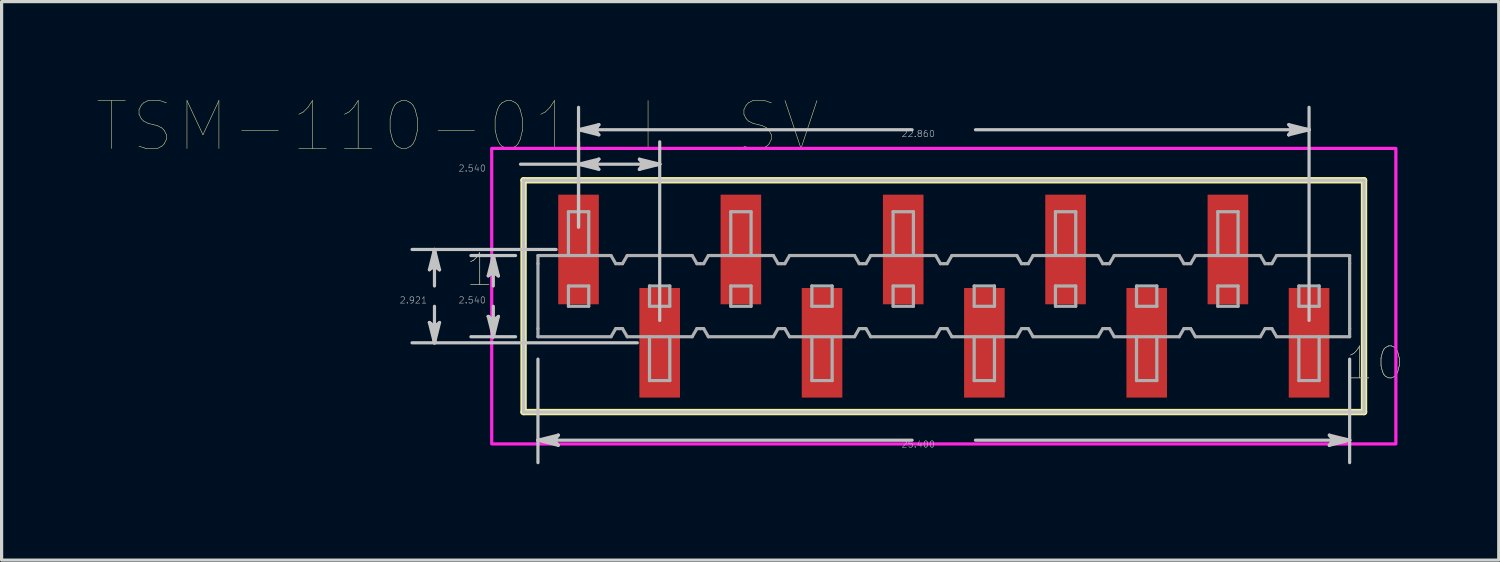
<source format=kicad_pcb>
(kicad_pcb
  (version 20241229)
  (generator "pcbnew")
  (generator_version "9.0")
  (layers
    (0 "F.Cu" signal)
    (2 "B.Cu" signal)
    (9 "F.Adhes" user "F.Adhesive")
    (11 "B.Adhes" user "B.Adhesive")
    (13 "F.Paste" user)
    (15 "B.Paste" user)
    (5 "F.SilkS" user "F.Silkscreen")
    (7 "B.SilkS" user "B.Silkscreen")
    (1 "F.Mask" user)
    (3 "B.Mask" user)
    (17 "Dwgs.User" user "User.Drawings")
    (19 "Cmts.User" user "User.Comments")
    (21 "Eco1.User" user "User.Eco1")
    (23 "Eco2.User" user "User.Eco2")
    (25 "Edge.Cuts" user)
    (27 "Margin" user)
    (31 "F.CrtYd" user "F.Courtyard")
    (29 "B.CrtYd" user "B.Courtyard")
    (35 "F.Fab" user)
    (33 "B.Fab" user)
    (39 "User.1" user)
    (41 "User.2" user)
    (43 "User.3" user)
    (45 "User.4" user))
  (footprint "TSM-110-01-L-SV"
    (layer "F.Cu")
    (at 26.484 6.217)
    (property "Reference" "TSM-110-01-L-SV" (at -15.219 -5.314 0) (layer "F.SilkS") (effects (font (size 1.5 1.5) (thickness 0.015))))
    (attr through_hole)
    (fp_poly (pts (xy -12.116 -3.226) (xy -10.744 -3.226) (xy -10.744 0.306) (xy -12.116 0.306)) (stroke (width 0.01) (type solid)) (fill yes) (layer "F.Mask"))
    (fp_poly (pts (xy -9.576 -0.306) (xy -8.204 -0.306) (xy -8.204 3.226) (xy -9.576 3.226)) (stroke (width 0.01) (type solid)) (fill yes) (layer "F.Mask"))
    (fp_poly (pts (xy -7.036 -3.226) (xy -5.664 -3.226) (xy -5.664 0.306) (xy -7.036 0.306)) (stroke (width 0.01) (type solid)) (fill yes) (layer "F.Mask"))
    (fp_poly (pts (xy -4.496 -0.306) (xy -3.124 -0.306) (xy -3.124 3.226) (xy -4.496 3.226)) (stroke (width 0.01) (type solid)) (fill yes) (layer "F.Mask"))
    (fp_poly (pts (xy -1.956 -3.226) (xy -0.584 -3.226) (xy -0.584 0.306) (xy -1.956 0.306)) (stroke (width 0.01) (type solid)) (fill yes) (layer "F.Mask"))
    (fp_poly (pts (xy 0.584 -0.306) (xy 1.956 -0.306) (xy 1.956 3.226) (xy 0.584 3.226)) (stroke (width 0.01) (type solid)) (fill yes) (layer "F.Mask"))
    (fp_poly (pts (xy 3.124 -3.226) (xy 4.496 -3.226) (xy 4.496 0.306) (xy 3.124 0.306)) (stroke (width 0.01) (type solid)) (fill yes) (layer "F.Mask"))
    (fp_poly (pts (xy 5.664 -0.306) (xy 7.036 -0.306) (xy 7.036 3.226) (xy 5.664 3.226)) (stroke (width 0.01) (type solid)) (fill yes) (layer "F.Mask"))
    (fp_poly (pts (xy 8.204 -3.226) (xy 9.576 -3.226) (xy 9.576 0.306) (xy 8.204 0.306)) (stroke (width 0.01) (type solid)) (fill yes) (layer "F.Mask"))
    (fp_poly (pts (xy 10.744 -0.306) (xy 12.116 -0.306) (xy 12.116 3.226) (xy 10.744 3.226)) (stroke (width 0.01) (type solid)) (fill yes) (layer "F.Mask"))
    (fp_line (start -13.15 -3.626) (end -13.15 3.627) (stroke (width 0.2) (type solid)) (layer "F.SilkS"))
    (fp_line (start -13.15 3.627) (end 13.15 3.627) (stroke (width 0.2) (type solid)) (layer "F.SilkS"))
    (fp_line (start 13.15 -3.626) (end -13.15 -3.626) (stroke (width 0.2) (type solid)) (layer "F.SilkS"))
    (fp_line (start 13.15 3.627) (end 13.15 -3.626) (stroke (width 0.2) (type solid)) (layer "F.SilkS"))
    (fp_poly (pts (xy -12.065 -3.175) (xy -10.795 -3.175) (xy -10.795 0.255) (xy -12.065 0.255)) (stroke (width 0.01) (type solid)) (fill yes) (layer "F.Paste"))
    (fp_poly (pts (xy -9.525 -0.255) (xy -8.255 -0.255) (xy -8.255 3.175) (xy -9.525 3.175)) (stroke (width 0.01) (type solid)) (fill yes) (layer "F.Paste"))
    (fp_poly (pts (xy -6.985 -3.175) (xy -5.715 -3.175) (xy -5.715 0.255) (xy -6.985 0.255)) (stroke (width 0.01) (type solid)) (fill yes) (layer "F.Paste"))
    (fp_poly (pts (xy -4.445 -0.255) (xy -3.175 -0.255) (xy -3.175 3.175) (xy -4.445 3.175)) (stroke (width 0.01) (type solid)) (fill yes) (layer "F.Paste"))
    (fp_poly (pts (xy -1.905 -3.175) (xy -0.635 -3.175) (xy -0.635 0.255) (xy -1.905 0.255)) (stroke (width 0.01) (type solid)) (fill yes) (layer "F.Paste"))
    (fp_poly (pts (xy 0.635 -0.255) (xy 1.905 -0.255) (xy 1.905 3.175) (xy 0.635 3.175)) (stroke (width 0.01) (type solid)) (fill yes) (layer "F.Paste"))
    (fp_poly (pts (xy 3.175 -3.175) (xy 4.445 -3.175) (xy 4.445 0.255) (xy 3.175 0.255)) (stroke (width 0.01) (type solid)) (fill yes) (layer "F.Paste"))
    (fp_poly (pts (xy 5.715 -0.255) (xy 6.985 -0.255) (xy 6.985 3.175) (xy 5.715 3.175)) (stroke (width 0.01) (type solid)) (fill yes) (layer "F.Paste"))
    (fp_poly (pts (xy 8.255 -3.175) (xy 9.525 -3.175) (xy 9.525 0.255) (xy 8.255 0.255)) (stroke (width 0.01) (type solid)) (fill yes) (layer "F.Paste"))
    (fp_poly (pts (xy 10.795 -0.255) (xy 12.065 -0.255) (xy 12.065 3.175) (xy 10.795 3.175)) (stroke (width 0.01) (type solid)) (fill yes) (layer "F.Paste"))
    (fp_line (start -16.097 -0.826) (end -15.938 -0.952) (stroke (width 0.1) (type solid)) (layer "Dwgs.User"))
    (fp_line (start -16.097 0.826) (end -15.938 1.46) (stroke (width 0.1) (type solid)) (layer "Dwgs.User"))
    (fp_line (start -16.018 -0.889) (end -15.938 -0.952) (stroke (width 0.1) (type solid)) (layer "Dwgs.User"))
    (fp_line (start -16.018 0.889) (end -16.097 0.826) (stroke (width 0.1) (type solid)) (layer "Dwgs.User"))
    (fp_line (start -15.938 -1.46) (end -16.097 -0.826) (stroke (width 0.1) (type solid)) (layer "Dwgs.User"))
    (fp_line (start -15.938 -1.46) (end -16.018 -0.889) (stroke (width 0.1) (type solid)) (layer "Dwgs.User"))
    (fp_line (start -15.938 -1.46) (end -15.859 -0.889) (stroke (width 0.1) (type solid)) (layer "Dwgs.User"))
    (fp_line (start -15.938 -0.952) (end -15.938 -1.46) (stroke (width 0.1) (type solid)) (layer "Dwgs.User"))
    (fp_line (start -15.938 -0.952) (end -15.78 -0.826) (stroke (width 0.1) (type solid)) (layer "Dwgs.User"))
    (fp_line (start -15.938 -0.318) (end -15.938 -1.46) (stroke (width 0.1) (type solid)) (layer "Dwgs.User"))
    (fp_line (start -15.938 0.318) (end -15.938 1.46) (stroke (width 0.1) (type solid)) (layer "Dwgs.User"))
    (fp_line (start -15.938 0.952) (end -16.097 0.826) (stroke (width 0.1) (type solid)) (layer "Dwgs.User"))
    (fp_line (start -15.938 0.952) (end -15.938 1.46) (stroke (width 0.1) (type solid)) (layer "Dwgs.User"))
    (fp_line (start -15.938 1.46) (end -16.018 0.889) (stroke (width 0.1) (type solid)) (layer "Dwgs.User"))
    (fp_line (start -15.938 1.46) (end -15.859 0.889) (stroke (width 0.1) (type solid)) (layer "Dwgs.User"))
    (fp_line (start -15.938 1.46) (end -15.78 0.826) (stroke (width 0.1) (type solid)) (layer "Dwgs.User"))
    (fp_line (start -15.859 -0.889) (end -15.78 -0.826) (stroke (width 0.1) (type solid)) (layer "Dwgs.User"))
    (fp_line (start -15.859 0.889) (end -15.938 0.952) (stroke (width 0.1) (type solid)) (layer "Dwgs.User"))
    (fp_line (start -15.78 -0.826) (end -15.938 -1.46) (stroke (width 0.1) (type solid)) (layer "Dwgs.User"))
    (fp_line (start -15.78 0.826) (end -15.938 0.952) (stroke (width 0.1) (type solid)) (layer "Dwgs.User"))
    (fp_line (start -14.256 -0.635) (end -14.097 -0.762) (stroke (width 0.1) (type solid)) (layer "Dwgs.User"))
    (fp_line (start -14.256 0.635) (end -14.097 1.27) (stroke (width 0.1) (type solid)) (layer "Dwgs.User"))
    (fp_line (start -14.176 -0.698) (end -14.097 -0.762) (stroke (width 0.1) (type solid)) (layer "Dwgs.User"))
    (fp_line (start -14.176 0.698) (end -14.256 0.635) (stroke (width 0.1) (type solid)) (layer "Dwgs.User"))
    (fp_line (start -14.097 -1.27) (end -14.256 -0.635) (stroke (width 0.1) (type solid)) (layer "Dwgs.User"))
    (fp_line (start -14.097 -1.27) (end -14.176 -0.698) (stroke (width 0.1) (type solid)) (layer "Dwgs.User"))
    (fp_line (start -14.097 -1.27) (end -14.018 -0.698) (stroke (width 0.1) (type solid)) (layer "Dwgs.User"))
    (fp_line (start -14.097 -0.762) (end -14.097 -1.27) (stroke (width 0.1) (type solid)) (layer "Dwgs.User"))
    (fp_line (start -14.097 -0.762) (end -13.938 -0.635) (stroke (width 0.1) (type solid)) (layer "Dwgs.User"))
    (fp_line (start -14.097 -0.318) (end -14.097 -1.27) (stroke (width 0.1) (type solid)) (layer "Dwgs.User"))
    (fp_line (start -14.097 0.318) (end -14.097 1.27) (stroke (width 0.1) (type solid)) (layer "Dwgs.User"))
    (fp_line (start -14.097 0.762) (end -14.256 0.635) (stroke (width 0.1) (type solid)) (layer "Dwgs.User"))
    (fp_line (start -14.097 0.762) (end -14.097 1.27) (stroke (width 0.1) (type solid)) (layer "Dwgs.User"))
    (fp_line (start -14.097 1.27) (end -14.176 0.698) (stroke (width 0.1) (type solid)) (layer "Dwgs.User"))
    (fp_line (start -14.097 1.27) (end -14.018 0.698) (stroke (width 0.1) (type solid)) (layer "Dwgs.User"))
    (fp_line (start -14.097 1.27) (end -13.938 0.635) (stroke (width 0.1) (type solid)) (layer "Dwgs.User"))
    (fp_line (start -14.018 -0.698) (end -13.938 -0.635) (stroke (width 0.1) (type solid)) (layer "Dwgs.User"))
    (fp_line (start -14.018 0.698) (end -14.097 0.762) (stroke (width 0.1) (type solid)) (layer "Dwgs.User"))
    (fp_line (start -13.938 -0.635) (end -14.097 -1.27) (stroke (width 0.1) (type solid)) (layer "Dwgs.User"))
    (fp_line (start -13.938 0.635) (end -14.097 0.762) (stroke (width 0.1) (type solid)) (layer "Dwgs.User"))
    (fp_line (start -13.401 -1.27) (end -14.798 -1.27) (stroke (width 0.1) (type solid)) (layer "Dwgs.User"))
    (fp_line (start -13.401 1.27) (end -14.798 1.27) (stroke (width 0.1) (type solid)) (layer "Dwgs.User"))
    (fp_line (start -13.246 -4.128) (end -11.43 -4.128) (stroke (width 0.1) (type solid)) (layer "Dwgs.User"))
    (fp_line (start -13.15 -3.626) (end -13.15 3.627) (stroke (width 0.1) (type solid)) (layer "Dwgs.User"))
    (fp_line (start -13.15 3.627) (end 13.15 3.627) (stroke (width 0.1) (type solid)) (layer "Dwgs.User"))
    (fp_line (start -12.7 1.971) (end -12.7 5.21) (stroke (width 0.1) (type solid)) (layer "Dwgs.User"))
    (fp_line (start -12.7 4.508) (end -12.128 4.429) (stroke (width 0.1) (type solid)) (layer "Dwgs.User"))
    (fp_line (start -12.7 4.508) (end -12.128 4.588) (stroke (width 0.1) (type solid)) (layer "Dwgs.User"))
    (fp_line (start -12.7 4.508) (end -12.065 4.667) (stroke (width 0.1) (type solid)) (layer "Dwgs.User"))
    (fp_line (start -12.192 4.508) (end -12.7 4.508) (stroke (width 0.1) (type solid)) (layer "Dwgs.User"))
    (fp_line (start -12.192 4.508) (end -12.065 4.35) (stroke (width 0.1) (type solid)) (layer "Dwgs.User"))
    (fp_line (start -12.131 -1.46) (end -16.64 -1.46) (stroke (width 0.1) (type solid)) (layer "Dwgs.User"))
    (fp_line (start -12.128 4.429) (end -12.065 4.35) (stroke (width 0.1) (type solid)) (layer "Dwgs.User"))
    (fp_line (start -12.128 4.588) (end -12.192 4.508) (stroke (width 0.1) (type solid)) (layer "Dwgs.User"))
    (fp_line (start -12.065 4.35) (end -12.7 4.508) (stroke (width 0.1) (type solid)) (layer "Dwgs.User"))
    (fp_line (start -12.065 4.667) (end -12.192 4.508) (stroke (width 0.1) (type solid)) (layer "Dwgs.User"))
    (fp_line (start -11.43 -5.207) (end -10.858 -5.286) (stroke (width 0.1) (type solid)) (layer "Dwgs.User"))
    (fp_line (start -11.43 -5.207) (end -10.858 -5.128) (stroke (width 0.1) (type solid)) (layer "Dwgs.User"))
    (fp_line (start -11.43 -5.207) (end -10.795 -5.048) (stroke (width 0.1) (type solid)) (layer "Dwgs.User"))
    (fp_line (start -11.43 -4.128) (end -10.858 -4.207) (stroke (width 0.1) (type solid)) (layer "Dwgs.User"))
    (fp_line (start -11.43 -4.128) (end -10.858 -4.048) (stroke (width 0.1) (type solid)) (layer "Dwgs.User"))
    (fp_line (start -11.43 -4.128) (end -10.795 -3.969) (stroke (width 0.1) (type solid)) (layer "Dwgs.User"))
    (fp_line (start -11.43 -4.128) (end -8.89 -4.128) (stroke (width 0.1) (type solid)) (layer "Dwgs.User"))
    (fp_line (start -11.43 -2.162) (end -11.43 -5.908) (stroke (width 0.1) (type solid)) (layer "Dwgs.User"))
    (fp_line (start -11.43 -2.162) (end -11.43 -4.829) (stroke (width 0.1) (type solid)) (layer "Dwgs.User"))
    (fp_line (start -10.922 -5.207) (end -11.43 -5.207) (stroke (width 0.1) (type solid)) (layer "Dwgs.User"))
    (fp_line (start -10.922 -5.207) (end -10.795 -5.366) (stroke (width 0.1) (type solid)) (layer "Dwgs.User"))
    (fp_line (start -10.922 -4.128) (end -11.43 -4.128) (stroke (width 0.1) (type solid)) (layer "Dwgs.User"))
    (fp_line (start -10.922 -4.128) (end -10.795 -4.286) (stroke (width 0.1) (type solid)) (layer "Dwgs.User"))
    (fp_line (start -10.858 -5.286) (end -10.795 -5.366) (stroke (width 0.1) (type solid)) (layer "Dwgs.User"))
    (fp_line (start -10.858 -5.128) (end -10.922 -5.207) (stroke (width 0.1) (type solid)) (layer "Dwgs.User"))
    (fp_line (start -10.858 -4.207) (end -10.795 -4.286) (stroke (width 0.1) (type solid)) (layer "Dwgs.User"))
    (fp_line (start -10.858 -4.048) (end -10.922 -4.128) (stroke (width 0.1) (type solid)) (layer "Dwgs.User"))
    (fp_line (start -10.795 -5.366) (end -11.43 -5.207) (stroke (width 0.1) (type solid)) (layer "Dwgs.User"))
    (fp_line (start -10.795 -5.048) (end -10.922 -5.207) (stroke (width 0.1) (type solid)) (layer "Dwgs.User"))
    (fp_line (start -10.795 -4.286) (end -11.43 -4.128) (stroke (width 0.1) (type solid)) (layer "Dwgs.User"))
    (fp_line (start -10.795 -3.969) (end -10.922 -4.128) (stroke (width 0.1) (type solid)) (layer "Dwgs.User"))
    (fp_line (start -9.591 1.46) (end -16.64 1.46) (stroke (width 0.1) (type solid)) (layer "Dwgs.User"))
    (fp_line (start -9.525 -4.286) (end -9.398 -4.128) (stroke (width 0.1) (type solid)) (layer "Dwgs.User"))
    (fp_line (start -9.525 -3.969) (end -8.89 -4.128) (stroke (width 0.1) (type solid)) (layer "Dwgs.User"))
    (fp_line (start -9.462 -4.207) (end -9.398 -4.128) (stroke (width 0.1) (type solid)) (layer "Dwgs.User"))
    (fp_line (start -9.462 -4.048) (end -9.525 -3.969) (stroke (width 0.1) (type solid)) (layer "Dwgs.User"))
    (fp_line (start -9.398 -4.128) (end -9.525 -3.969) (stroke (width 0.1) (type solid)) (layer "Dwgs.User"))
    (fp_line (start -9.398 -4.128) (end -8.89 -4.128) (stroke (width 0.1) (type solid)) (layer "Dwgs.User"))
    (fp_line (start -8.89 -4.128) (end -9.525 -4.286) (stroke (width 0.1) (type solid)) (layer "Dwgs.User"))
    (fp_line (start -8.89 -4.128) (end -9.462 -4.207) (stroke (width 0.1) (type solid)) (layer "Dwgs.User"))
    (fp_line (start -8.89 -4.128) (end -9.462 -4.048) (stroke (width 0.1) (type solid)) (layer "Dwgs.User"))
    (fp_line (start -8.89 0.759) (end -8.89 -4.829) (stroke (width 0.1) (type solid)) (layer "Dwgs.User"))
    (fp_line (start -0.991 -5.207) (end -11.43 -5.207) (stroke (width 0.1) (type solid)) (layer "Dwgs.User"))
    (fp_line (start -0.991 4.508) (end -12.7 4.508) (stroke (width 0.1) (type solid)) (layer "Dwgs.User"))
    (fp_line (start 0.991 -5.207) (end 11.43 -5.207) (stroke (width 0.1) (type solid)) (layer "Dwgs.User"))
    (fp_line (start 0.991 4.508) (end 12.7 4.508) (stroke (width 0.1) (type solid)) (layer "Dwgs.User"))
    (fp_line (start 10.795 -5.366) (end 10.922 -5.207) (stroke (width 0.1) (type solid)) (layer "Dwgs.User"))
    (fp_line (start 10.795 -5.048) (end 11.43 -5.207) (stroke (width 0.1) (type solid)) (layer "Dwgs.User"))
    (fp_line (start 10.858 -5.286) (end 10.922 -5.207) (stroke (width 0.1) (type solid)) (layer "Dwgs.User"))
    (fp_line (start 10.858 -5.128) (end 10.795 -5.048) (stroke (width 0.1) (type solid)) (layer "Dwgs.User"))
    (fp_line (start 10.922 -5.207) (end 10.795 -5.048) (stroke (width 0.1) (type solid)) (layer "Dwgs.User"))
    (fp_line (start 10.922 -5.207) (end 11.43 -5.207) (stroke (width 0.1) (type solid)) (layer "Dwgs.User"))
    (fp_line (start 11.43 -5.207) (end 10.795 -5.366) (stroke (width 0.1) (type solid)) (layer "Dwgs.User"))
    (fp_line (start 11.43 -5.207) (end 10.858 -5.286) (stroke (width 0.1) (type solid)) (layer "Dwgs.User"))
    (fp_line (start 11.43 -5.207) (end 10.858 -5.128) (stroke (width 0.1) (type solid)) (layer "Dwgs.User"))
    (fp_line (start 11.43 0.759) (end 11.43 -5.908) (stroke (width 0.1) (type solid)) (layer "Dwgs.User"))
    (fp_line (start 12.065 4.35) (end 12.192 4.508) (stroke (width 0.1) (type solid)) (layer "Dwgs.User"))
    (fp_line (start 12.065 4.667) (end 12.7 4.508) (stroke (width 0.1) (type solid)) (layer "Dwgs.User"))
    (fp_line (start 12.128 4.429) (end 12.192 4.508) (stroke (width 0.1) (type solid)) (layer "Dwgs.User"))
    (fp_line (start 12.128 4.588) (end 12.065 4.667) (stroke (width 0.1) (type solid)) (layer "Dwgs.User"))
    (fp_line (start 12.192 4.508) (end 12.065 4.667) (stroke (width 0.1) (type solid)) (layer "Dwgs.User"))
    (fp_line (start 12.192 4.508) (end 12.7 4.508) (stroke (width 0.1) (type solid)) (layer "Dwgs.User"))
    (fp_line (start 12.7 1.971) (end 12.7 5.21) (stroke (width 0.1) (type solid)) (layer "Dwgs.User"))
    (fp_line (start 12.7 4.508) (end 12.065 4.35) (stroke (width 0.1) (type solid)) (layer "Dwgs.User"))
    (fp_line (start 12.7 4.508) (end 12.128 4.429) (stroke (width 0.1) (type solid)) (layer "Dwgs.User"))
    (fp_line (start 12.7 4.508) (end 12.128 4.588) (stroke (width 0.1) (type solid)) (layer "Dwgs.User"))
    (fp_line (start 13.15 -3.626) (end -13.15 -3.626) (stroke (width 0.1) (type solid)) (layer "Dwgs.User"))
    (fp_line (start 13.15 3.627) (end 13.15 -3.626) (stroke (width 0.1) (type solid)) (layer "Dwgs.User"))
    (fp_poly (pts (xy 14.147 -4.623) (xy -14.147 -4.623) (xy -14.147 4.624) (xy 14.147 4.624) (xy 14.147 -4.623)) (stroke (width 0.1) (type solid)) (fill no) (layer "F.CrtYd"))
    (fp_line (start -12.7 -1.016) (end -12.7 -1.27) (stroke (width 0.1) (type solid)) (layer "F.Fab"))
    (fp_line (start -12.7 -1.016) (end -12.7 1.016) (stroke (width 0.1) (type solid)) (layer "F.Fab"))
    (fp_line (start -12.7 1.27) (end -12.7 1.016) (stroke (width 0.1) (type solid)) (layer "F.Fab"))
    (fp_line (start -12.7 1.27) (end -10.413 1.27) (stroke (width 0.1) (type solid)) (layer "F.Fab"))
    (fp_line (start -11.746 -2.642) (end -11.111 -2.642) (stroke (width 0.1) (type solid)) (layer "F.Fab"))
    (fp_line (start -11.746 -1.27) (end -11.746 -2.642) (stroke (width 0.1) (type solid)) (layer "F.Fab"))
    (fp_line (start -11.746 -0.318) (end -11.111 -0.318) (stroke (width 0.1) (type solid)) (layer "F.Fab"))
    (fp_line (start -11.746 0.318) (end -11.746 -0.318) (stroke (width 0.1) (type solid)) (layer "F.Fab"))
    (fp_line (start -11.746 0.318) (end -11.111 0.318) (stroke (width 0.1) (type solid)) (layer "F.Fab"))
    (fp_line (start -11.111 -1.27) (end -11.111 -2.642) (stroke (width 0.1) (type solid)) (layer "F.Fab"))
    (fp_line (start -11.111 -0.318) (end -11.111 0.318) (stroke (width 0.1) (type solid)) (layer "F.Fab"))
    (fp_line (start -10.413 -1.27) (end -12.7 -1.27) (stroke (width 0.1) (type solid)) (layer "F.Fab"))
    (fp_line (start -10.413 -1.27) (end -10.266 -1.016) (stroke (width 0.1) (type solid)) (layer "F.Fab"))
    (fp_line (start -10.266 -1.016) (end -10.16 -1.016) (stroke (width 0.1) (type solid)) (layer "F.Fab"))
    (fp_line (start -10.266 1.016) (end -10.413 1.27) (stroke (width 0.1) (type solid)) (layer "F.Fab"))
    (fp_line (start -10.16 -1.016) (end -10.054 -1.016) (stroke (width 0.1) (type solid)) (layer "F.Fab"))
    (fp_line (start -10.16 1.016) (end -10.266 1.016) (stroke (width 0.1) (type solid)) (layer "F.Fab"))
    (fp_line (start -10.054 -1.016) (end -9.907 -1.27) (stroke (width 0.1) (type solid)) (layer "F.Fab"))
    (fp_line (start -10.054 1.016) (end -10.16 1.016) (stroke (width 0.1) (type solid)) (layer "F.Fab"))
    (fp_line (start -9.907 1.27) (end -10.054 1.016) (stroke (width 0.1) (type solid)) (layer "F.Fab"))
    (fp_line (start -9.907 1.27) (end -7.873 1.27) (stroke (width 0.1) (type solid)) (layer "F.Fab"))
    (fp_line (start -9.209 0.318) (end -9.209 -0.318) (stroke (width 0.1) (type solid)) (layer "F.Fab"))
    (fp_line (start -9.209 1.27) (end -9.209 2.642) (stroke (width 0.1) (type solid)) (layer "F.Fab"))
    (fp_line (start -8.574 -0.318) (end -9.209 -0.318) (stroke (width 0.1) (type solid)) (layer "F.Fab"))
    (fp_line (start -8.574 -0.318) (end -8.574 0.318) (stroke (width 0.1) (type solid)) (layer "F.Fab"))
    (fp_line (start -8.574 0.318) (end -9.209 0.318) (stroke (width 0.1) (type solid)) (layer "F.Fab"))
    (fp_line (start -8.574 1.27) (end -8.574 2.642) (stroke (width 0.1) (type solid)) (layer "F.Fab"))
    (fp_line (start -8.574 2.642) (end -9.209 2.642) (stroke (width 0.1) (type solid)) (layer "F.Fab"))
    (fp_line (start -7.873 -1.27) (end -9.907 -1.27) (stroke (width 0.1) (type solid)) (layer "F.Fab"))
    (fp_line (start -7.873 -1.27) (end -7.726 -1.016) (stroke (width 0.1) (type solid)) (layer "F.Fab"))
    (fp_line (start -7.726 -1.016) (end -7.619 -1.016) (stroke (width 0.1) (type solid)) (layer "F.Fab"))
    (fp_line (start -7.726 1.016) (end -7.873 1.27) (stroke (width 0.1) (type solid)) (layer "F.Fab"))
    (fp_line (start -7.621 -1.016) (end -7.514 -1.016) (stroke (width 0.1) (type solid)) (layer "F.Fab"))
    (fp_line (start -7.619 1.016) (end -7.726 1.016) (stroke (width 0.1) (type solid)) (layer "F.Fab"))
    (fp_line (start -7.514 -1.016) (end -7.367 -1.27) (stroke (width 0.1) (type solid)) (layer "F.Fab"))
    (fp_line (start -7.514 1.016) (end -7.621 1.016) (stroke (width 0.1) (type solid)) (layer "F.Fab"))
    (fp_line (start -7.367 1.27) (end -7.514 1.016) (stroke (width 0.1) (type solid)) (layer "F.Fab"))
    (fp_line (start -7.367 1.27) (end -5.333 1.27) (stroke (width 0.1) (type solid)) (layer "F.Fab"))
    (fp_line (start -6.666 -2.642) (end -6.031 -2.642) (stroke (width 0.1) (type solid)) (layer "F.Fab"))
    (fp_line (start -6.666 -1.27) (end -6.666 -2.642) (stroke (width 0.1) (type solid)) (layer "F.Fab"))
    (fp_line (start -6.666 -0.318) (end -6.031 -0.318) (stroke (width 0.1) (type solid)) (layer "F.Fab"))
    (fp_line (start -6.666 0.318) (end -6.666 -0.318) (stroke (width 0.1) (type solid)) (layer "F.Fab"))
    (fp_line (start -6.666 0.318) (end -6.031 0.318) (stroke (width 0.1) (type solid)) (layer "F.Fab"))
    (fp_line (start -6.031 -1.27) (end -6.031 -2.642) (stroke (width 0.1) (type solid)) (layer "F.Fab"))
    (fp_line (start -6.031 -0.318) (end -6.031 0.318) (stroke (width 0.1) (type solid)) (layer "F.Fab"))
    (fp_line (start -5.333 -1.27) (end -7.367 -1.27) (stroke (width 0.1) (type solid)) (layer "F.Fab"))
    (fp_line (start -5.333 -1.27) (end -5.186 -1.016) (stroke (width 0.1) (type solid)) (layer "F.Fab"))
    (fp_line (start -5.186 -1.016) (end -5.08 -1.016) (stroke (width 0.1) (type solid)) (layer "F.Fab"))
    (fp_line (start -5.186 1.016) (end -5.333 1.27) (stroke (width 0.1) (type solid)) (layer "F.Fab"))
    (fp_line (start -5.08 -1.016) (end -4.974 -1.016) (stroke (width 0.1) (type solid)) (layer "F.Fab"))
    (fp_line (start -5.08 1.016) (end -5.186 1.016) (stroke (width 0.1) (type solid)) (layer "F.Fab"))
    (fp_line (start -4.974 -1.016) (end -4.827 -1.27) (stroke (width 0.1) (type solid)) (layer "F.Fab"))
    (fp_line (start -4.974 1.016) (end -5.08 1.016) (stroke (width 0.1) (type solid)) (layer "F.Fab"))
    (fp_line (start -4.827 1.27) (end -4.974 1.016) (stroke (width 0.1) (type solid)) (layer "F.Fab"))
    (fp_line (start -4.827 1.27) (end -2.793 1.27) (stroke (width 0.1) (type solid)) (layer "F.Fab"))
    (fp_line (start -4.129 0.318) (end -4.129 -0.318) (stroke (width 0.1) (type solid)) (layer "F.Fab"))
    (fp_line (start -4.129 1.27) (end -4.129 2.642) (stroke (width 0.1) (type solid)) (layer "F.Fab"))
    (fp_line (start -3.494 -0.318) (end -4.129 -0.318) (stroke (width 0.1) (type solid)) (layer "F.Fab"))
    (fp_line (start -3.494 -0.318) (end -3.494 0.318) (stroke (width 0.1) (type solid)) (layer "F.Fab"))
    (fp_line (start -3.494 0.318) (end -4.129 0.318) (stroke (width 0.1) (type solid)) (layer "F.Fab"))
    (fp_line (start -3.494 1.27) (end -3.494 2.642) (stroke (width 0.1) (type solid)) (layer "F.Fab"))
    (fp_line (start -3.494 2.642) (end -4.129 2.642) (stroke (width 0.1) (type solid)) (layer "F.Fab"))
    (fp_line (start -2.793 -1.27) (end -4.827 -1.27) (stroke (width 0.1) (type solid)) (layer "F.Fab"))
    (fp_line (start -2.793 -1.27) (end -2.646 -1.016) (stroke (width 0.1) (type solid)) (layer "F.Fab"))
    (fp_line (start -2.646 -1.016) (end -2.539 -1.016) (stroke (width 0.1) (type solid)) (layer "F.Fab"))
    (fp_line (start -2.646 1.016) (end -2.793 1.27) (stroke (width 0.1) (type solid)) (layer "F.Fab"))
    (fp_line (start -2.541 -1.016) (end -2.434 -1.016) (stroke (width 0.1) (type solid)) (layer "F.Fab"))
    (fp_line (start -2.539 1.016) (end -2.646 1.016) (stroke (width 0.1) (type solid)) (layer "F.Fab"))
    (fp_line (start -2.434 -1.016) (end -2.287 -1.27) (stroke (width 0.1) (type solid)) (layer "F.Fab"))
    (fp_line (start -2.434 1.016) (end -2.541 1.016) (stroke (width 0.1) (type solid)) (layer "F.Fab"))
    (fp_line (start -2.287 1.27) (end -2.434 1.016) (stroke (width 0.1) (type solid)) (layer "F.Fab"))
    (fp_line (start -2.287 1.27) (end -0.253 1.27) (stroke (width 0.1) (type solid)) (layer "F.Fab"))
    (fp_line (start -1.586 -2.642) (end -0.951 -2.642) (stroke (width 0.1) (type solid)) (layer "F.Fab"))
    (fp_line (start -1.586 -1.27) (end -1.586 -2.642) (stroke (width 0.1) (type solid)) (layer "F.Fab"))
    (fp_line (start -1.586 -0.318) (end -0.951 -0.318) (stroke (width 0.1) (type solid)) (layer "F.Fab"))
    (fp_line (start -1.586 0.318) (end -1.586 -0.318) (stroke (width 0.1) (type solid)) (layer "F.Fab"))
    (fp_line (start -1.586 0.318) (end -0.951 0.318) (stroke (width 0.1) (type solid)) (layer "F.Fab"))
    (fp_line (start -0.951 -1.27) (end -0.951 -2.642) (stroke (width 0.1) (type solid)) (layer "F.Fab"))
    (fp_line (start -0.951 -0.318) (end -0.951 0.318) (stroke (width 0.1) (type solid)) (layer "F.Fab"))
    (fp_line (start -0.253 -1.27) (end -2.287 -1.27) (stroke (width 0.1) (type solid)) (layer "F.Fab"))
    (fp_line (start -0.253 -1.27) (end -0.106 -1.016) (stroke (width 0.1) (type solid)) (layer "F.Fab"))
    (fp_line (start -0.106 -1.016) (end 0 -1.016) (stroke (width 0.1) (type solid)) (layer "F.Fab"))
    (fp_line (start -0.106 1.016) (end -0.253 1.27) (stroke (width 0.1) (type solid)) (layer "F.Fab"))
    (fp_line (start 0 -1.016) (end 0.106 -1.016) (stroke (width 0.1) (type solid)) (layer "F.Fab"))
    (fp_line (start 0 1.016) (end -0.106 1.016) (stroke (width 0.1) (type solid)) (layer "F.Fab"))
    (fp_line (start 0.106 -1.016) (end 0.253 -1.27) (stroke (width 0.1) (type solid)) (layer "F.Fab"))
    (fp_line (start 0.106 1.016) (end 0 1.016) (stroke (width 0.1) (type solid)) (layer "F.Fab"))
    (fp_line (start 0.253 1.27) (end 0.106 1.016) (stroke (width 0.1) (type solid)) (layer "F.Fab"))
    (fp_line (start 0.253 1.27) (end 2.287 1.27) (stroke (width 0.1) (type solid)) (layer "F.Fab"))
    (fp_line (start 0.951 0.318) (end 0.951 -0.318) (stroke (width 0.1) (type solid)) (layer "F.Fab"))
    (fp_line (start 0.951 1.27) (end 0.951 2.642) (stroke (width 0.1) (type solid)) (layer "F.Fab"))
    (fp_line (start 1.586 -0.318) (end 0.951 -0.318) (stroke (width 0.1) (type solid)) (layer "F.Fab"))
    (fp_line (start 1.586 -0.318) (end 1.586 0.318) (stroke (width 0.1) (type solid)) (layer "F.Fab"))
    (fp_line (start 1.586 0.318) (end 0.951 0.318) (stroke (width 0.1) (type solid)) (layer "F.Fab"))
    (fp_line (start 1.586 1.27) (end 1.586 2.642) (stroke (width 0.1) (type solid)) (layer "F.Fab"))
    (fp_line (start 1.586 2.642) (end 0.951 2.642) (stroke (width 0.1) (type solid)) (layer "F.Fab"))
    (fp_line (start 2.287 -1.27) (end 0.253 -1.27) (stroke (width 0.1) (type solid)) (layer "F.Fab"))
    (fp_line (start 2.287 -1.27) (end 2.434 -1.016) (stroke (width 0.1) (type solid)) (layer "F.Fab"))
    (fp_line (start 2.434 -1.016) (end 2.541 -1.016) (stroke (width 0.1) (type solid)) (layer "F.Fab"))
    (fp_line (start 2.434 1.016) (end 2.287 1.27) (stroke (width 0.1) (type solid)) (layer "F.Fab"))
    (fp_line (start 2.539 -1.016) (end 2.646 -1.016) (stroke (width 0.1) (type solid)) (layer "F.Fab"))
    (fp_line (start 2.541 1.016) (end 2.434 1.016) (stroke (width 0.1) (type solid)) (layer "F.Fab"))
    (fp_line (start 2.646 -1.016) (end 2.793 -1.27) (stroke (width 0.1) (type solid)) (layer "F.Fab"))
    (fp_line (start 2.646 1.016) (end 2.539 1.016) (stroke (width 0.1) (type solid)) (layer "F.Fab"))
    (fp_line (start 2.793 1.27) (end 2.646 1.016) (stroke (width 0.1) (type solid)) (layer "F.Fab"))
    (fp_line (start 2.793 1.27) (end 4.827 1.27) (stroke (width 0.1) (type solid)) (layer "F.Fab"))
    (fp_line (start 3.494 -2.642) (end 4.129 -2.642) (stroke (width 0.1) (type solid)) (layer "F.Fab"))
    (fp_line (start 3.494 -1.27) (end 3.494 -2.642) (stroke (width 0.1) (type solid)) (layer "F.Fab"))
    (fp_line (start 3.494 -0.318) (end 4.129 -0.318) (stroke (width 0.1) (type solid)) (layer "F.Fab"))
    (fp_line (start 3.494 0.318) (end 3.494 -0.318) (stroke (width 0.1) (type solid)) (layer "F.Fab"))
    (fp_line (start 3.494 0.318) (end 4.129 0.318) (stroke (width 0.1) (type solid)) (layer "F.Fab"))
    (fp_line (start 4.129 -1.27) (end 4.129 -2.642) (stroke (width 0.1) (type solid)) (layer "F.Fab"))
    (fp_line (start 4.129 -0.318) (end 4.129 0.318) (stroke (width 0.1) (type solid)) (layer "F.Fab"))
    (fp_line (start 4.827 -1.27) (end 2.793 -1.27) (stroke (width 0.1) (type solid)) (layer "F.Fab"))
    (fp_line (start 4.827 -1.27) (end 4.974 -1.016) (stroke (width 0.1) (type solid)) (layer "F.Fab"))
    (fp_line (start 4.974 -1.016) (end 5.08 -1.016) (stroke (width 0.1) (type solid)) (layer "F.Fab"))
    (fp_line (start 4.974 1.016) (end 4.827 1.27) (stroke (width 0.1) (type solid)) (layer "F.Fab"))
    (fp_line (start 5.08 -1.016) (end 5.186 -1.016) (stroke (width 0.1) (type solid)) (layer "F.Fab"))
    (fp_line (start 5.08 1.016) (end 4.974 1.016) (stroke (width 0.1) (type solid)) (layer "F.Fab"))
    (fp_line (start 5.186 -1.016) (end 5.333 -1.27) (stroke (width 0.1) (type solid)) (layer "F.Fab"))
    (fp_line (start 5.186 1.016) (end 5.08 1.016) (stroke (width 0.1) (type solid)) (layer "F.Fab"))
    (fp_line (start 5.333 1.27) (end 5.186 1.016) (stroke (width 0.1) (type solid)) (layer "F.Fab"))
    (fp_line (start 5.333 1.27) (end 7.367 1.27) (stroke (width 0.1) (type solid)) (layer "F.Fab"))
    (fp_line (start 6.031 0.318) (end 6.031 -0.318) (stroke (width 0.1) (type solid)) (layer "F.Fab"))
    (fp_line (start 6.031 1.27) (end 6.031 2.642) (stroke (width 0.1) (type solid)) (layer "F.Fab"))
    (fp_line (start 6.666 -0.318) (end 6.031 -0.318) (stroke (width 0.1) (type solid)) (layer "F.Fab"))
    (fp_line (start 6.666 -0.318) (end 6.666 0.318) (stroke (width 0.1) (type solid)) (layer "F.Fab"))
    (fp_line (start 6.666 0.318) (end 6.031 0.318) (stroke (width 0.1) (type solid)) (layer "F.Fab"))
    (fp_line (start 6.666 1.27) (end 6.666 2.642) (stroke (width 0.1) (type solid)) (layer "F.Fab"))
    (fp_line (start 6.666 2.642) (end 6.031 2.642) (stroke (width 0.1) (type solid)) (layer "F.Fab"))
    (fp_line (start 7.367 -1.27) (end 5.333 -1.27) (stroke (width 0.1) (type solid)) (layer "F.Fab"))
    (fp_line (start 7.367 -1.27) (end 7.514 -1.016) (stroke (width 0.1) (type solid)) (layer "F.Fab"))
    (fp_line (start 7.514 -1.016) (end 7.621 -1.016) (stroke (width 0.1) (type solid)) (layer "F.Fab"))
    (fp_line (start 7.514 1.016) (end 7.367 1.27) (stroke (width 0.1) (type solid)) (layer "F.Fab"))
    (fp_line (start 7.619 -1.016) (end 7.726 -1.016) (stroke (width 0.1) (type solid)) (layer "F.Fab"))
    (fp_line (start 7.621 1.016) (end 7.514 1.016) (stroke (width 0.1) (type solid)) (layer "F.Fab"))
    (fp_line (start 7.726 -1.016) (end 7.873 -1.27) (stroke (width 0.1) (type solid)) (layer "F.Fab"))
    (fp_line (start 7.726 1.016) (end 7.619 1.016) (stroke (width 0.1) (type solid)) (layer "F.Fab"))
    (fp_line (start 7.873 1.27) (end 7.726 1.016) (stroke (width 0.1) (type solid)) (layer "F.Fab"))
    (fp_line (start 7.873 1.27) (end 9.907 1.27) (stroke (width 0.1) (type solid)) (layer "F.Fab"))
    (fp_line (start 8.574 -2.642) (end 9.209 -2.642) (stroke (width 0.1) (type solid)) (layer "F.Fab"))
    (fp_line (start 8.574 -1.27) (end 8.574 -2.642) (stroke (width 0.1) (type solid)) (layer "F.Fab"))
    (fp_line (start 8.574 -0.318) (end 9.209 -0.318) (stroke (width 0.1) (type solid)) (layer "F.Fab"))
    (fp_line (start 8.574 0.318) (end 8.574 -0.318) (stroke (width 0.1) (type solid)) (layer "F.Fab"))
    (fp_line (start 8.574 0.318) (end 9.209 0.318) (stroke (width 0.1) (type solid)) (layer "F.Fab"))
    (fp_line (start 9.209 -1.27) (end 9.209 -2.642) (stroke (width 0.1) (type solid)) (layer "F.Fab"))
    (fp_line (start 9.209 -0.318) (end 9.209 0.318) (stroke (width 0.1) (type solid)) (layer "F.Fab"))
    (fp_line (start 9.907 -1.27) (end 7.873 -1.27) (stroke (width 0.1) (type solid)) (layer "F.Fab"))
    (fp_line (start 9.907 -1.27) (end 10.054 -1.016) (stroke (width 0.1) (type solid)) (layer "F.Fab"))
    (fp_line (start 10.054 -1.016) (end 10.16 -1.016) (stroke (width 0.1) (type solid)) (layer "F.Fab"))
    (fp_line (start 10.054 1.016) (end 9.907 1.27) (stroke (width 0.1) (type solid)) (layer "F.Fab"))
    (fp_line (start 10.16 -1.016) (end 10.266 -1.016) (stroke (width 0.1) (type solid)) (layer "F.Fab"))
    (fp_line (start 10.16 1.016) (end 10.054 1.016) (stroke (width 0.1) (type solid)) (layer "F.Fab"))
    (fp_line (start 10.266 -1.016) (end 10.413 -1.27) (stroke (width 0.1) (type solid)) (layer "F.Fab"))
    (fp_line (start 10.266 1.016) (end 10.16 1.016) (stroke (width 0.1) (type solid)) (layer "F.Fab"))
    (fp_line (start 10.413 1.27) (end 10.266 1.016) (stroke (width 0.1) (type solid)) (layer "F.Fab"))
    (fp_line (start 10.413 1.27) (end 12.7 1.27) (stroke (width 0.1) (type solid)) (layer "F.Fab"))
    (fp_line (start 11.111 0.318) (end 11.111 -0.318) (stroke (width 0.1) (type solid)) (layer "F.Fab"))
    (fp_line (start 11.111 1.27) (end 11.111 2.642) (stroke (width 0.1) (type solid)) (layer "F.Fab"))
    (fp_line (start 11.746 -0.318) (end 11.111 -0.318) (stroke (width 0.1) (type solid)) (layer "F.Fab"))
    (fp_line (start 11.746 -0.318) (end 11.746 0.318) (stroke (width 0.1) (type solid)) (layer "F.Fab"))
    (fp_line (start 11.746 0.318) (end 11.111 0.318) (stroke (width 0.1) (type solid)) (layer "F.Fab"))
    (fp_line (start 11.746 1.27) (end 11.746 2.642) (stroke (width 0.1) (type solid)) (layer "F.Fab"))
    (fp_line (start 11.746 2.642) (end 11.111 2.642) (stroke (width 0.1) (type solid)) (layer "F.Fab"))
    (fp_line (start 12.7 -1.27) (end 10.413 -1.27) (stroke (width 0.1) (type solid)) (layer "F.Fab"))
    (fp_line (start 12.7 -1.27) (end 12.7 -1.016) (stroke (width 0.1) (type solid)) (layer "F.Fab"))
    (fp_line (start 12.7 1.016) (end 12.7 -1.016) (stroke (width 0.1) (type solid)) (layer "F.Fab"))
    (fp_line (start 12.7 1.016) (end 12.7 1.27) (stroke (width 0.1) (type solid)) (layer "F.Fab"))
    (fp_text user "10" (at 13.491 2.096 0) (layer "F.SilkS") (effects (font (size 1 1) (thickness 0.015))))
    (fp_text user "1" (at -14.52 -0.826 0) (layer "F.SilkS") (effects (font (size 1 1) (thickness 0.015))))
    (fp_text user "2.921" (at -16.599 0.127 0) (layer "Dwgs.User") (effects (font (size 0.2 0.2) (thickness 0.015))))
    (fp_text user "2.540" (at -14.757 -4 0) (layer "Dwgs.User") (effects (font (size 0.2 0.2) (thickness 0.015))))
    (fp_text user "25.400" (at -0.8 4.636 0) (layer "Dwgs.User") (effects (font (size 0.2 0.2) (thickness 0.015))))
    (fp_text user "22.860" (at -0.8 -5.08 0) (layer "Dwgs.User") (effects (font (size 0.2 0.2) (thickness 0.015))))
    (fp_text user "2.540" (at -14.757 0.127 0) (layer "Dwgs.User") (effects (font (size 0.2 0.2) (thickness 0.015))))
    (fp_text user "10" (at 13.491 2.096 0) (layer "F.Fab") (effects (font (size 1 1) (thickness 0.015))))
    (fp_text user "1" (at -14.52 -0.826 0) (layer "F.Fab") (effects (font (size 1 1) (thickness 0.015))))
    (pad "1" smd rect (at -11.43 -1.46) (size 1.27 3.43) (layers "F.Cu" "F.Paste"))
    (pad "2" smd rect (at -8.89 1.46) (size 1.27 3.43) (layers "F.Cu" "F.Paste"))
    (pad "3" smd rect (at -6.35 -1.46) (size 1.27 3.43) (layers "F.Cu" "F.Paste"))
    (pad "4" smd rect (at -3.81 1.46) (size 1.27 3.43) (layers "F.Cu" "F.Paste"))
    (pad "5" smd rect (at -1.27 -1.46) (size 1.27 3.43) (layers "F.Cu" "F.Paste"))
    (pad "6" smd rect (at 1.27 1.46) (size 1.27 3.43) (layers "F.Cu" "F.Paste"))
    (pad "7" smd rect (at 3.81 -1.46) (size 1.27 3.43) (layers "F.Cu" "F.Paste"))
    (pad "8" smd rect (at 6.35 1.46) (size 1.27 3.43) (layers "F.Cu" "F.Paste"))
    (pad "9" smd rect (at 8.89 -1.46) (size 1.27 3.43) (layers "F.Cu" "F.Paste"))
    (pad "10" smd rect (at 11.43 1.46) (size 1.27 3.43) (layers "F.Cu" "F.Paste")))
  (gr_rect
    (start -3 -3)
    (end 43.85 14.477)
    (stroke (width 0.1) (type default))
    (fill no)
    (layer "Edge.Cuts")))
</source>
